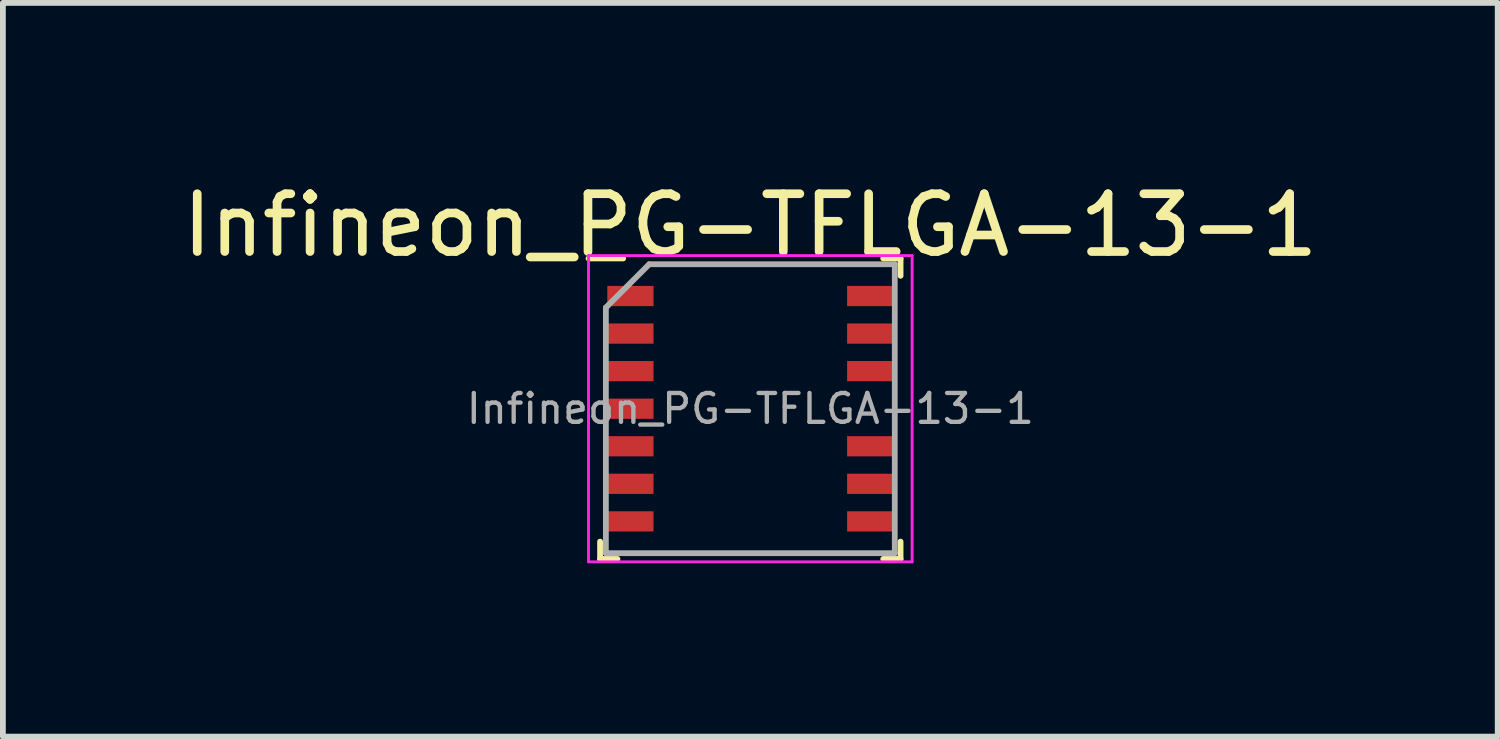
<source format=kicad_pcb>
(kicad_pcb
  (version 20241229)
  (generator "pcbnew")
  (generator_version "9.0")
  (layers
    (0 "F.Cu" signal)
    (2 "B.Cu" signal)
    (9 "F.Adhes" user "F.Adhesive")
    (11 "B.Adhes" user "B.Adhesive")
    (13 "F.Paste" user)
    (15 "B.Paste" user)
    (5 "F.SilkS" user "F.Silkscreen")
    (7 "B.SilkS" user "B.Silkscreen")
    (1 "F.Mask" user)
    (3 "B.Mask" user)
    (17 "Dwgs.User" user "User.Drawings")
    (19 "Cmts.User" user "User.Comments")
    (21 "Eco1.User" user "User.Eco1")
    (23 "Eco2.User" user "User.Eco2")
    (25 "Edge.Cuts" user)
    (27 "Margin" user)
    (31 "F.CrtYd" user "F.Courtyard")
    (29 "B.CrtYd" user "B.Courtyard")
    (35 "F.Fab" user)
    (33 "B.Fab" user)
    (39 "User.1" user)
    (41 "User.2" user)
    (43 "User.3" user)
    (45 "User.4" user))
  (footprint "Infineon_PG-TFLGA-13-1"
    (layer "F.Cu")
    (at 9.935 4.023)
    (property "Reference" "Infineon_PG-TFLGA-13-1" (at 0 -3.175 0) (layer "F.SilkS") (effects (font (size 1 1) (thickness 0.15))))
    (attr smd)
    (fp_line (start -2.6 2.3) (end -2.6 2.6) (stroke (width 0.1) (type solid)) (layer "F.SilkS"))
    (fp_line (start -2.6 2.6) (end -2.3 2.6) (stroke (width 0.1) (type solid)) (layer "F.SilkS"))
    (fp_line (start -2.2 -2.6) (end -2.8 -2.6) (stroke (width 0.1) (type solid)) (layer "F.SilkS"))
    (fp_line (start 2.6 -2.6) (end 2.3 -2.6) (stroke (width 0.1) (type solid)) (layer "F.SilkS"))
    (fp_line (start 2.6 -2.6) (end 2.6 -2.3) (stroke (width 0.1) (type solid)) (layer "F.SilkS"))
    (fp_line (start 2.6 2.6) (end 2.3 2.6) (stroke (width 0.1) (type solid)) (layer "F.SilkS"))
    (fp_line (start 2.6 2.6) (end 2.6 2.3) (stroke (width 0.1) (type solid)) (layer "F.SilkS"))
    (fp_line (start -2.8 -2.65) (end -2.8 2.65) (stroke (width 0.05) (type solid)) (layer "F.CrtYd"))
    (fp_line (start -2.8 2.65) (end 2.8 2.65) (stroke (width 0.05) (type solid)) (layer "F.CrtYd"))
    (fp_line (start 2.8 -2.65) (end -2.8 -2.65) (stroke (width 0.05) (type solid)) (layer "F.CrtYd"))
    (fp_line (start 2.8 2.65) (end 2.8 -2.65) (stroke (width 0.05) (type solid)) (layer "F.CrtYd"))
    (fp_line (start -2.5 -1.75) (end -2.5 2.5) (stroke (width 0.1) (type solid)) (layer "F.Fab"))
    (fp_line (start -2.5 2.5) (end 2.5 2.5) (stroke (width 0.1) (type solid)) (layer "F.Fab"))
    (fp_line (start -1.75 -2.5) (end -2.5 -1.75) (stroke (width 0.1) (type solid)) (layer "F.Fab"))
    (fp_line (start 2.5 -2.5) (end -1.75 -2.5) (stroke (width 0.1) (type solid)) (layer "F.Fab"))
    (fp_line (start 2.5 2.5) (end 2.5 -2.5) (stroke (width 0.1) (type solid)) (layer "F.Fab"))
    (fp_text user "${REFERENCE}" (at 0 0 180) (layer "F.Fab") (effects (font (size 0.5 0.5) (thickness 0.075))))
    (pad "1" smd rect (at -2.075 -1.95 180) (size 0.8 0.35) (layers "F.Cu" "F.Mask" "F.Paste"))
    (pad "2" smd rect (at -2.075 -1.3 180) (size 0.8 0.35) (layers "F.Cu" "F.Mask" "F.Paste"))
    (pad "3" smd rect (at -2.075 -0.65 180) (size 0.8 0.35) (layers "F.Cu" "F.Mask" "F.Paste"))
    (pad "4" smd rect (at -2.075 0 180) (size 0.8 0.35) (layers "F.Cu" "F.Mask" "F.Paste"))
    (pad "5" smd rect (at -2.075 0.65 180) (size 0.8 0.35) (layers "F.Cu" "F.Mask" "F.Paste"))
    (pad "6" smd rect (at -2.075 1.3 180) (size 0.8 0.35) (layers "F.Cu" "F.Mask" "F.Paste"))
    (pad "7" smd rect (at -2.075 1.95 180) (size 0.8 0.35) (layers "F.Cu" "F.Mask" "F.Paste"))
    (pad "8" smd rect (at 2.075 1.95 180) (size 0.8 0.35) (layers "F.Cu" "F.Mask" "F.Paste"))
    (pad "9" smd rect (at 2.075 1.3 180) (size 0.8 0.35) (layers "F.Cu" "F.Mask" "F.Paste"))
    (pad "10" smd rect (at 2.075 0.65 180) (size 0.8 0.35) (layers "F.Cu" "F.Mask" "F.Paste"))
    (pad "11" smd rect (at 2.075 -0.65 180) (size 0.8 0.35) (layers "F.Cu" "F.Mask" "F.Paste"))
    (pad "12" smd rect (at 2.075 -1.3 180) (size 0.8 0.35) (layers "F.Cu" "F.Mask" "F.Paste"))
    (pad "13" smd rect (at 2.075 -1.95 180) (size 0.8 0.35) (layers "F.Cu" "F.Mask" "F.Paste")))
  (gr_rect
    (start -3 -3)
    (end 22.869 9.698)
    (stroke (width 0.1) (type default))
    (fill no)
    (layer "Edge.Cuts")))
</source>
